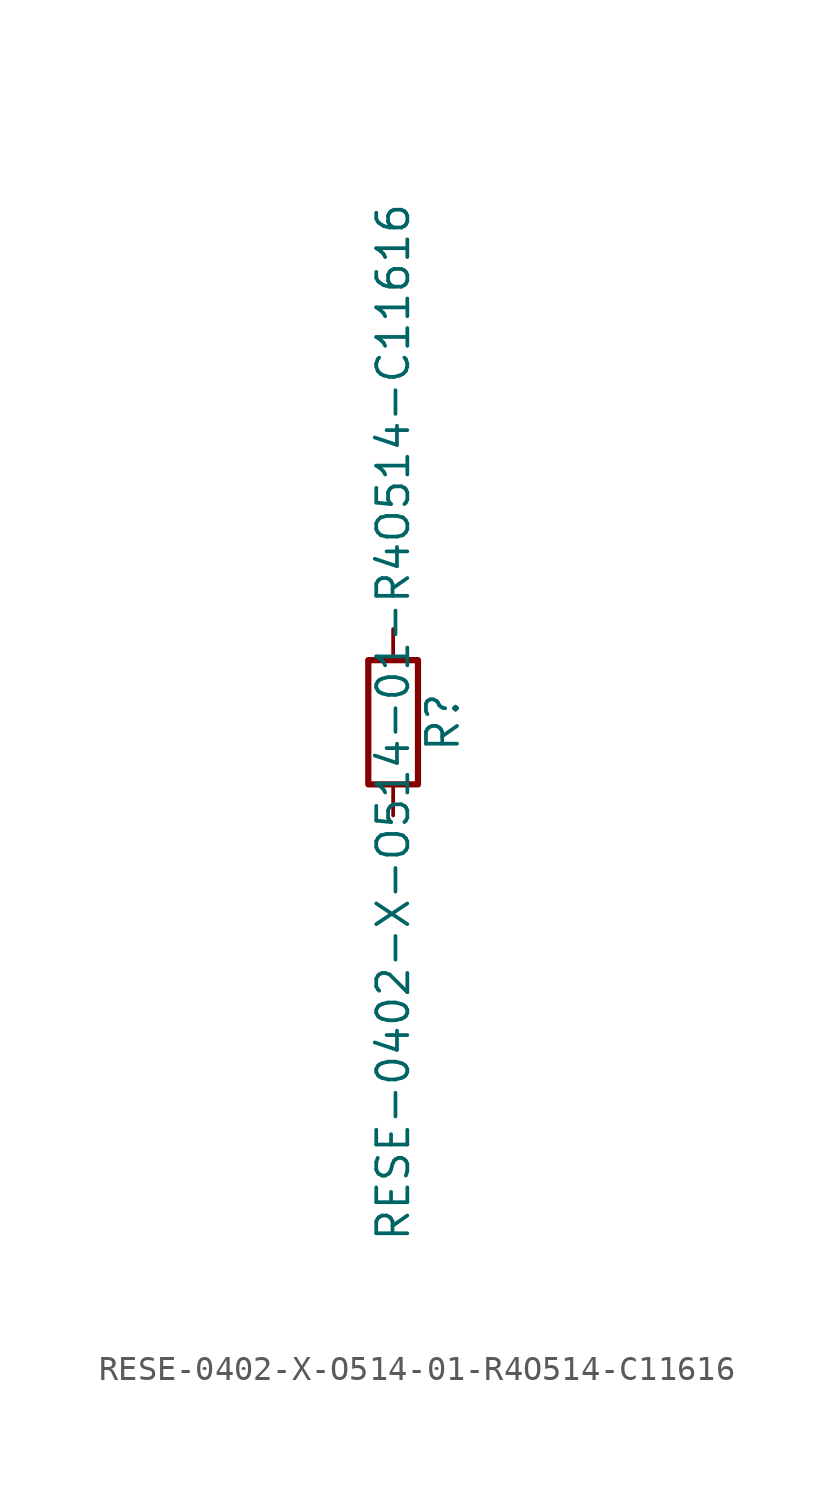
<source format=kicad_sym>
(kicad_symbol_lib
  (version 20211014)
  (generator kicad_symbol_editor)
  (symbol "RESE-0402-X-O514-01-R4O514-C11616"
    (pin_numbers hide)
    (pin_names
      (offset 0))
    (property "Reference" "R"
      (at 2.032 0 90)
      (effects (font (size 1.27 1.27))))
    (property "Value" "RESE-0402-X-O514-01-R4O514-C11616"
      (at 0 0 90)
      (effects (font (size 1.27 1.27))))
    (symbol "RESE-0402-X-O514-01-R4O514-C11616_0_1"
      (rectangle (start -1.016 -2.54) (end 1.016 2.54) (stroke (width 0.254) (type default) (color 0 0 0 0)) (fill (type none))))
    (symbol "RESE-0402-X-O514-01-R4O514-C11616_1_1"
      (pin passive line (at 0 3.81 270) (length 1.27) (name "~" (effects (font (size 1.27 1.27)))) (number "1" (effects (font (size 1.27 1.27)))))
      (pin passive line (at 0 -3.81 90) (length 1.27) (name "~" (effects (font (size 1.27 1.27)))) (number "2" (effects (font (size 1.27 1.27))))))))
</source>
